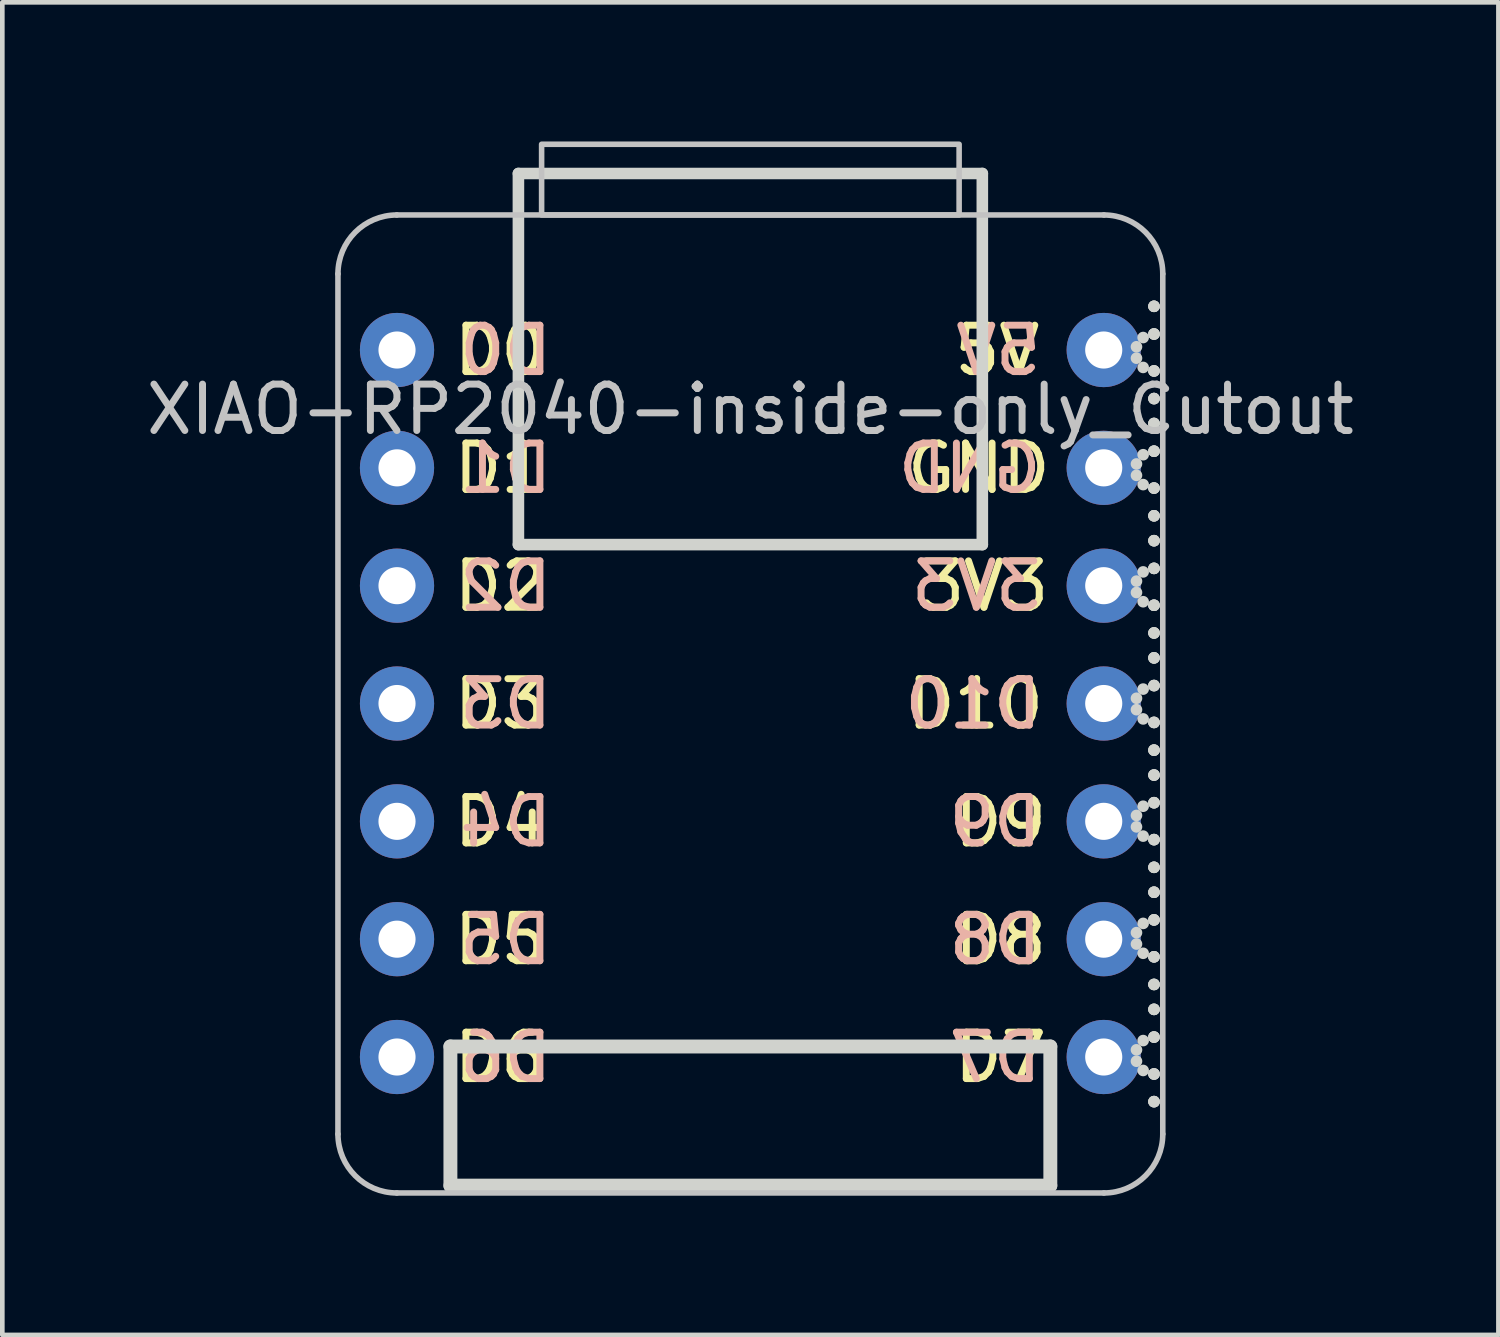
<source format=kicad_pcb>
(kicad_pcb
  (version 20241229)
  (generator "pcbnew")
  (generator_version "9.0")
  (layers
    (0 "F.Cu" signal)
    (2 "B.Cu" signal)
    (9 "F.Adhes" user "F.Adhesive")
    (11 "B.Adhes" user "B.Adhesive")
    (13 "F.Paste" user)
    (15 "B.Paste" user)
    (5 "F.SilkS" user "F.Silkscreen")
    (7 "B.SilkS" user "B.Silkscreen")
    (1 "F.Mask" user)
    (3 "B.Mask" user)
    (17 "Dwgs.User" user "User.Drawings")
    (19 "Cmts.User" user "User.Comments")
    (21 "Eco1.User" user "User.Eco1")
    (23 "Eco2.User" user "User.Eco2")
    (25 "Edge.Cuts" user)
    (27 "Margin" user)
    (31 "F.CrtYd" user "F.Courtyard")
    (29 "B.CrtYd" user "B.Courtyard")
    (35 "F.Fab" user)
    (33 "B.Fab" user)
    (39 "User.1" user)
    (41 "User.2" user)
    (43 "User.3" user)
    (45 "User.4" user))
  (footprint "XIAO-RP2040-inside-only_Cutout"
    (layer "F.Cu")
    (at 13.125 12.125)
    (property "Reference" "XIAO-RP2040-inside-only_Cutout" (at 0 -6.35 0) (unlocked yes) (layer "Dwgs.User") (effects (font (size 1 1) (thickness 0.15))))
    (attr through_hole)
    (fp_line (start -8.89 9.271) (end -8.89 -9.271) (stroke (width 0.12) (type solid)) (layer "Dwgs.User"))
    (fp_line (start -7.62 -10.541) (end 7.62 -10.541) (stroke (width 0.12) (type solid)) (layer "Dwgs.User"))
    (fp_line (start 7.62 10.541) (end -7.62 10.541) (stroke (width 0.12) (type solid)) (layer "Dwgs.User"))
    (fp_line (start 8.89 -9.271) (end 8.89 9.271) (stroke (width 0.12) (type solid)) (layer "Dwgs.User"))
    (fp_rect (start -4.5 -10.541) (end 4.5 -12.065) (stroke (width 0.12) (type solid)) (fill no) (layer "Dwgs.User"))
    (fp_arc (start -8.89 -9.271) (mid -8.518026 -10.169026) (end -7.62 -10.541) (stroke (width 0.12) (type solid)) (layer "Dwgs.User"))
    (fp_arc (start -7.62 10.541) (mid -8.518026 10.169026) (end -8.89 9.271) (stroke (width 0.12) (type solid)) (layer "Dwgs.User"))
    (fp_arc (start 7.62 -10.541) (mid 8.518026 -10.169026) (end 8.89 -9.271) (stroke (width 0.12) (type solid)) (layer "Dwgs.User"))
    (fp_arc (start 8.89 9.271) (mid 8.518026 10.169026) (end 7.62 10.541) (stroke (width 0.12) (type solid)) (layer "Dwgs.User"))
    (fp_line (start -6.466 7.383) (end 6.466 7.383) (stroke (width 0.3) (type solid)) (layer "Edge.Cuts"))
    (fp_line (start -6.466 10.383) (end -6.466 7.383) (stroke (width 0.3) (type solid)) (layer "Edge.Cuts"))
    (fp_line (start -5 -11.435) (end 5 -11.435) (stroke (width 0.25) (type solid)) (layer "Edge.Cuts"))
    (fp_line (start -5 -3.435) (end -5 -11.435) (stroke (width 0.25) (type solid)) (layer "Edge.Cuts"))
    (fp_line (start 5 -11.435) (end 5 -3.435) (stroke (width 0.25) (type solid)) (layer "Edge.Cuts"))
    (fp_line (start 5 -3.435) (end -5 -3.435) (stroke (width 0.25) (type solid)) (layer "Edge.Cuts"))
    (fp_line (start 6.466 7.383) (end 6.466 10.383) (stroke (width 0.3) (type solid)) (layer "Edge.Cuts"))
    (fp_line (start 6.466 10.383) (end -6.466 10.383) (stroke (width 0.3) (type solid)) (layer "Edge.Cuts"))
    (fp_curve (pts (xy 8.323 -7.7) (xy 8.323 -7.7) (xy 8.323 -7.7) (xy 8.323 -7.7)) (stroke (width 0.25) (type solid)) (layer "Edge.Cuts"))
    (fp_curve (pts (xy 8.323 -7.454) (xy 8.323 -7.454) (xy 8.323 -7.454) (xy 8.323 -7.454)) (stroke (width 0.25) (type solid)) (layer "Edge.Cuts"))
    (fp_curve (pts (xy 8.323 -5.174) (xy 8.323 -5.174) (xy 8.323 -5.174) (xy 8.323 -5.174)) (stroke (width 0.25) (type solid)) (layer "Edge.Cuts"))
    (fp_curve (pts (xy 8.323 -4.928) (xy 8.323 -4.928) (xy 8.323 -4.928) (xy 8.323 -4.928)) (stroke (width 0.25) (type solid)) (layer "Edge.Cuts"))
    (fp_curve (pts (xy 8.323 -2.648) (xy 8.323 -2.648) (xy 8.323 -2.648) (xy 8.323 -2.648)) (stroke (width 0.25) (type solid)) (layer "Edge.Cuts"))
    (fp_curve (pts (xy 8.323 -2.403) (xy 8.323 -2.403) (xy 8.323 -2.403) (xy 8.323 -2.403)) (stroke (width 0.25) (type solid)) (layer "Edge.Cuts"))
    (fp_curve (pts (xy 8.323 -0.123) (xy 8.323 -0.123) (xy 8.323 -0.123) (xy 8.323 -0.123)) (stroke (width 0.25) (type solid)) (layer "Edge.Cuts"))
    (fp_curve (pts (xy 8.323 0.123) (xy 8.323 0.123) (xy 8.323 0.123) (xy 8.323 0.123)) (stroke (width 0.25) (type solid)) (layer "Edge.Cuts"))
    (fp_curve (pts (xy 8.323 2.403) (xy 8.323 2.403) (xy 8.323 2.403) (xy 8.323 2.403)) (stroke (width 0.25) (type solid)) (layer "Edge.Cuts"))
    (fp_curve (pts (xy 8.323 2.649) (xy 8.323 2.649) (xy 8.323 2.649) (xy 8.323 2.649)) (stroke (width 0.25) (type solid)) (layer "Edge.Cuts"))
    (fp_curve (pts (xy 8.323 4.929) (xy 8.323 4.929) (xy 8.323 4.929) (xy 8.323 4.929)) (stroke (width 0.25) (type solid)) (layer "Edge.Cuts"))
    (fp_curve (pts (xy 8.323 5.175) (xy 8.323 5.175) (xy 8.323 5.175) (xy 8.323 5.175)) (stroke (width 0.25) (type solid)) (layer "Edge.Cuts"))
    (fp_curve (pts (xy 8.323 7.455) (xy 8.323 7.455) (xy 8.323 7.455) (xy 8.323 7.455)) (stroke (width 0.25) (type solid)) (layer "Edge.Cuts"))
    (fp_curve (pts (xy 8.323 7.701) (xy 8.323 7.701) (xy 8.323 7.701) (xy 8.323 7.701)) (stroke (width 0.25) (type solid)) (layer "Edge.Cuts"))
    (fp_curve (pts (xy 8.467 -7.899) (xy 8.467 -7.899) (xy 8.467 -7.899) (xy 8.467 -7.899)) (stroke (width 0.25) (type solid)) (layer "Edge.Cuts"))
    (fp_curve (pts (xy 8.467 -7.255) (xy 8.467 -7.255) (xy 8.467 -7.255) (xy 8.467 -7.255)) (stroke (width 0.25) (type solid)) (layer "Edge.Cuts"))
    (fp_curve (pts (xy 8.467 -5.373) (xy 8.467 -5.373) (xy 8.467 -5.373) (xy 8.467 -5.373)) (stroke (width 0.25) (type solid)) (layer "Edge.Cuts"))
    (fp_curve (pts (xy 8.467 -4.729) (xy 8.467 -4.729) (xy 8.467 -4.729) (xy 8.467 -4.729)) (stroke (width 0.25) (type solid)) (layer "Edge.Cuts"))
    (fp_curve (pts (xy 8.467 -2.847) (xy 8.467 -2.847) (xy 8.467 -2.847) (xy 8.467 -2.847)) (stroke (width 0.25) (type solid)) (layer "Edge.Cuts"))
    (fp_curve (pts (xy 8.467 -2.204) (xy 8.467 -2.204) (xy 8.467 -2.204) (xy 8.467 -2.204)) (stroke (width 0.25) (type solid)) (layer "Edge.Cuts"))
    (fp_curve (pts (xy 8.467 -0.321) (xy 8.467 -0.321) (xy 8.467 -0.321) (xy 8.467 -0.321)) (stroke (width 0.25) (type solid)) (layer "Edge.Cuts"))
    (fp_curve (pts (xy 8.467 0.322) (xy 8.467 0.322) (xy 8.467 0.322) (xy 8.467 0.322)) (stroke (width 0.25) (type solid)) (layer "Edge.Cuts"))
    (fp_curve (pts (xy 8.467 2.204) (xy 8.467 2.204) (xy 8.467 2.204) (xy 8.467 2.204)) (stroke (width 0.25) (type solid)) (layer "Edge.Cuts"))
    (fp_curve (pts (xy 8.467 2.848) (xy 8.467 2.848) (xy 8.467 2.848) (xy 8.467 2.848)) (stroke (width 0.25) (type solid)) (layer "Edge.Cuts"))
    (fp_curve (pts (xy 8.467 4.73) (xy 8.467 4.73) (xy 8.467 4.73) (xy 8.467 4.73)) (stroke (width 0.25) (type solid)) (layer "Edge.Cuts"))
    (fp_curve (pts (xy 8.467 5.374) (xy 8.467 5.374) (xy 8.467 5.374) (xy 8.467 5.374)) (stroke (width 0.25) (type solid)) (layer "Edge.Cuts"))
    (fp_curve (pts (xy 8.467 7.256) (xy 8.467 7.256) (xy 8.467 7.256) (xy 8.467 7.256)) (stroke (width 0.25) (type solid)) (layer "Edge.Cuts"))
    (fp_curve (pts (xy 8.467 7.9) (xy 8.467 7.9) (xy 8.467 7.9) (xy 8.467 7.9)) (stroke (width 0.25) (type solid)) (layer "Edge.Cuts"))
    (fp_curve (pts (xy 8.701 -8.572) (xy 8.701 -8.572) (xy 8.701 -8.572) (xy 8.701 -8.572)) (stroke (width 0.25) (type solid)) (layer "Edge.Cuts"))
    (fp_curve (pts (xy 8.701 -8.572) (xy 8.701 -8.572) (xy 8.701 -8.572) (xy 8.701 -8.572)) (stroke (width 0.25) (type solid)) (layer "Edge.Cuts"))
    (fp_curve (pts (xy 8.701 -8.572) (xy 8.701 -8.572) (xy 8.701 -8.572) (xy 8.701 -8.572)) (stroke (width 0.25) (type solid)) (layer "Edge.Cuts"))
    (fp_curve (pts (xy 8.701 -7.975) (xy 8.701 -7.975) (xy 8.701 -7.975) (xy 8.701 -7.975)) (stroke (width 0.25) (type solid)) (layer "Edge.Cuts"))
    (fp_curve (pts (xy 8.701 -7.975) (xy 8.701 -7.975) (xy 8.701 -7.975) (xy 8.701 -7.975)) (stroke (width 0.25) (type solid)) (layer "Edge.Cuts"))
    (fp_curve (pts (xy 8.701 -7.975) (xy 8.701 -7.975) (xy 8.701 -7.975) (xy 8.701 -7.975)) (stroke (width 0.25) (type solid)) (layer "Edge.Cuts"))
    (fp_curve (pts (xy 8.701 -7.179) (xy 8.701 -7.179) (xy 8.701 -7.179) (xy 8.701 -7.179)) (stroke (width 0.25) (type solid)) (layer "Edge.Cuts"))
    (fp_curve (pts (xy 8.701 -7.179) (xy 8.701 -7.179) (xy 8.701 -7.179) (xy 8.701 -7.179)) (stroke (width 0.25) (type solid)) (layer "Edge.Cuts"))
    (fp_curve (pts (xy 8.701 -7.179) (xy 8.701 -7.179) (xy 8.701 -7.179) (xy 8.701 -7.179)) (stroke (width 0.25) (type solid)) (layer "Edge.Cuts"))
    (fp_curve (pts (xy 8.701 -6.583) (xy 8.701 -6.583) (xy 8.701 -6.583) (xy 8.701 -6.583)) (stroke (width 0.25) (type solid)) (layer "Edge.Cuts"))
    (fp_curve (pts (xy 8.701 -6.583) (xy 8.701 -6.583) (xy 8.701 -6.583) (xy 8.701 -6.583)) (stroke (width 0.25) (type solid)) (layer "Edge.Cuts"))
    (fp_curve (pts (xy 8.701 -6.583) (xy 8.701 -6.583) (xy 8.701 -6.583) (xy 8.701 -6.583)) (stroke (width 0.25) (type solid)) (layer "Edge.Cuts"))
    (fp_curve (pts (xy 8.701 -6.046) (xy 8.701 -6.046) (xy 8.701 -6.046) (xy 8.701 -6.046)) (stroke (width 0.25) (type solid)) (layer "Edge.Cuts"))
    (fp_curve (pts (xy 8.701 -6.046) (xy 8.701 -6.046) (xy 8.701 -6.046) (xy 8.701 -6.046)) (stroke (width 0.25) (type solid)) (layer "Edge.Cuts"))
    (fp_curve (pts (xy 8.701 -6.046) (xy 8.701 -6.046) (xy 8.701 -6.046) (xy 8.701 -6.046)) (stroke (width 0.25) (type solid)) (layer "Edge.Cuts"))
    (fp_curve (pts (xy 8.701 -5.449) (xy 8.701 -5.449) (xy 8.701 -5.449) (xy 8.701 -5.449)) (stroke (width 0.25) (type solid)) (layer "Edge.Cuts"))
    (fp_curve (pts (xy 8.701 -5.449) (xy 8.701 -5.449) (xy 8.701 -5.449) (xy 8.701 -5.449)) (stroke (width 0.25) (type solid)) (layer "Edge.Cuts"))
    (fp_curve (pts (xy 8.701 -5.449) (xy 8.701 -5.449) (xy 8.701 -5.449) (xy 8.701 -5.449)) (stroke (width 0.25) (type solid)) (layer "Edge.Cuts"))
    (fp_curve (pts (xy 8.701 -4.654) (xy 8.701 -4.654) (xy 8.701 -4.654) (xy 8.701 -4.654)) (stroke (width 0.25) (type solid)) (layer "Edge.Cuts"))
    (fp_curve (pts (xy 8.701 -4.654) (xy 8.701 -4.654) (xy 8.701 -4.654) (xy 8.701 -4.654)) (stroke (width 0.25) (type solid)) (layer "Edge.Cuts"))
    (fp_curve (pts (xy 8.701 -4.654) (xy 8.701 -4.654) (xy 8.701 -4.654) (xy 8.701 -4.654)) (stroke (width 0.25) (type solid)) (layer "Edge.Cuts"))
    (fp_curve (pts (xy 8.701 -4.057) (xy 8.701 -4.057) (xy 8.701 -4.057) (xy 8.701 -4.057)) (stroke (width 0.25) (type solid)) (layer "Edge.Cuts"))
    (fp_curve (pts (xy 8.701 -4.057) (xy 8.701 -4.057) (xy 8.701 -4.057) (xy 8.701 -4.057)) (stroke (width 0.25) (type solid)) (layer "Edge.Cuts"))
    (fp_curve (pts (xy 8.701 -4.057) (xy 8.701 -4.057) (xy 8.701 -4.057) (xy 8.701 -4.057)) (stroke (width 0.25) (type solid)) (layer "Edge.Cuts"))
    (fp_curve (pts (xy 8.701 -3.52) (xy 8.701 -3.52) (xy 8.701 -3.52) (xy 8.701 -3.52)) (stroke (width 0.25) (type solid)) (layer "Edge.Cuts"))
    (fp_curve (pts (xy 8.701 -3.52) (xy 8.701 -3.52) (xy 8.701 -3.52) (xy 8.701 -3.52)) (stroke (width 0.25) (type solid)) (layer "Edge.Cuts"))
    (fp_curve (pts (xy 8.701 -3.52) (xy 8.701 -3.52) (xy 8.701 -3.52) (xy 8.701 -3.52)) (stroke (width 0.25) (type solid)) (layer "Edge.Cuts"))
    (fp_curve (pts (xy 8.701 -2.923) (xy 8.701 -2.923) (xy 8.701 -2.923) (xy 8.701 -2.923)) (stroke (width 0.25) (type solid)) (layer "Edge.Cuts"))
    (fp_curve (pts (xy 8.701 -2.923) (xy 8.701 -2.923) (xy 8.701 -2.923) (xy 8.701 -2.923)) (stroke (width 0.25) (type solid)) (layer "Edge.Cuts"))
    (fp_curve (pts (xy 8.701 -2.923) (xy 8.701 -2.923) (xy 8.701 -2.923) (xy 8.701 -2.923)) (stroke (width 0.25) (type solid)) (layer "Edge.Cuts"))
    (fp_curve (pts (xy 8.701 -2.128) (xy 8.701 -2.128) (xy 8.701 -2.128) (xy 8.701 -2.128)) (stroke (width 0.25) (type solid)) (layer "Edge.Cuts"))
    (fp_curve (pts (xy 8.701 -2.128) (xy 8.701 -2.128) (xy 8.701 -2.128) (xy 8.701 -2.128)) (stroke (width 0.25) (type solid)) (layer "Edge.Cuts"))
    (fp_curve (pts (xy 8.701 -2.128) (xy 8.701 -2.128) (xy 8.701 -2.128) (xy 8.701 -2.128)) (stroke (width 0.25) (type solid)) (layer "Edge.Cuts"))
    (fp_curve (pts (xy 8.701 -1.531) (xy 8.701 -1.531) (xy 8.701 -1.531) (xy 8.701 -1.531)) (stroke (width 0.25) (type solid)) (layer "Edge.Cuts"))
    (fp_curve (pts (xy 8.701 -1.531) (xy 8.701 -1.531) (xy 8.701 -1.531) (xy 8.701 -1.531)) (stroke (width 0.25) (type solid)) (layer "Edge.Cuts"))
    (fp_curve (pts (xy 8.701 -1.531) (xy 8.701 -1.531) (xy 8.701 -1.531) (xy 8.701 -1.531)) (stroke (width 0.25) (type solid)) (layer "Edge.Cuts"))
    (fp_curve (pts (xy 8.701 -0.994) (xy 8.701 -0.994) (xy 8.701 -0.994) (xy 8.701 -0.994)) (stroke (width 0.25) (type solid)) (layer "Edge.Cuts"))
    (fp_curve (pts (xy 8.701 -0.994) (xy 8.701 -0.994) (xy 8.701 -0.994) (xy 8.701 -0.994)) (stroke (width 0.25) (type solid)) (layer "Edge.Cuts"))
    (fp_curve (pts (xy 8.701 -0.994) (xy 8.701 -0.994) (xy 8.701 -0.994) (xy 8.701 -0.994)) (stroke (width 0.25) (type solid)) (layer "Edge.Cuts"))
    (fp_curve (pts (xy 8.701 -0.397) (xy 8.701 -0.397) (xy 8.701 -0.397) (xy 8.701 -0.397)) (stroke (width 0.25) (type solid)) (layer "Edge.Cuts"))
    (fp_curve (pts (xy 8.701 -0.397) (xy 8.701 -0.397) (xy 8.701 -0.397) (xy 8.701 -0.397)) (stroke (width 0.25) (type solid)) (layer "Edge.Cuts"))
    (fp_curve (pts (xy 8.701 -0.397) (xy 8.701 -0.397) (xy 8.701 -0.397) (xy 8.701 -0.397)) (stroke (width 0.25) (type solid)) (layer "Edge.Cuts"))
    (fp_curve (pts (xy 8.701 0.398) (xy 8.701 0.398) (xy 8.701 0.398) (xy 8.701 0.398)) (stroke (width 0.25) (type solid)) (layer "Edge.Cuts"))
    (fp_curve (pts (xy 8.701 0.398) (xy 8.701 0.398) (xy 8.701 0.398) (xy 8.701 0.398)) (stroke (width 0.25) (type solid)) (layer "Edge.Cuts"))
    (fp_curve (pts (xy 8.701 0.398) (xy 8.701 0.398) (xy 8.701 0.398) (xy 8.701 0.398)) (stroke (width 0.25) (type solid)) (layer "Edge.Cuts"))
    (fp_curve (pts (xy 8.701 0.995) (xy 8.701 0.995) (xy 8.701 0.995) (xy 8.701 0.995)) (stroke (width 0.25) (type solid)) (layer "Edge.Cuts"))
    (fp_curve (pts (xy 8.701 0.995) (xy 8.701 0.995) (xy 8.701 0.995) (xy 8.701 0.995)) (stroke (width 0.25) (type solid)) (layer "Edge.Cuts"))
    (fp_curve (pts (xy 8.701 0.995) (xy 8.701 0.995) (xy 8.701 0.995) (xy 8.701 0.995)) (stroke (width 0.25) (type solid)) (layer "Edge.Cuts"))
    (fp_curve (pts (xy 8.701 1.532) (xy 8.701 1.532) (xy 8.701 1.532) (xy 8.701 1.532)) (stroke (width 0.25) (type solid)) (layer "Edge.Cuts"))
    (fp_curve (pts (xy 8.701 1.532) (xy 8.701 1.532) (xy 8.701 1.532) (xy 8.701 1.532)) (stroke (width 0.25) (type solid)) (layer "Edge.Cuts"))
    (fp_curve (pts (xy 8.701 1.532) (xy 8.701 1.532) (xy 8.701 1.532) (xy 8.701 1.532)) (stroke (width 0.25) (type solid)) (layer "Edge.Cuts"))
    (fp_curve (pts (xy 8.701 2.128) (xy 8.701 2.128) (xy 8.701 2.128) (xy 8.701 2.128)) (stroke (width 0.25) (type solid)) (layer "Edge.Cuts"))
    (fp_curve (pts (xy 8.701 2.128) (xy 8.701 2.128) (xy 8.701 2.128) (xy 8.701 2.128)) (stroke (width 0.25) (type solid)) (layer "Edge.Cuts"))
    (fp_curve (pts (xy 8.701 2.128) (xy 8.701 2.128) (xy 8.701 2.128) (xy 8.701 2.128)) (stroke (width 0.25) (type solid)) (layer "Edge.Cuts"))
    (fp_curve (pts (xy 8.701 2.924) (xy 8.701 2.924) (xy 8.701 2.924) (xy 8.701 2.924)) (stroke (width 0.25) (type solid)) (layer "Edge.Cuts"))
    (fp_curve (pts (xy 8.701 2.924) (xy 8.701 2.924) (xy 8.701 2.924) (xy 8.701 2.924)) (stroke (width 0.25) (type solid)) (layer "Edge.Cuts"))
    (fp_curve (pts (xy 8.701 2.924) (xy 8.701 2.924) (xy 8.701 2.924) (xy 8.701 2.924)) (stroke (width 0.25) (type solid)) (layer "Edge.Cuts"))
    (fp_curve (pts (xy 8.701 3.521) (xy 8.701 3.521) (xy 8.701 3.521) (xy 8.701 3.521)) (stroke (width 0.25) (type solid)) (layer "Edge.Cuts"))
    (fp_curve (pts (xy 8.701 3.521) (xy 8.701 3.521) (xy 8.701 3.521) (xy 8.701 3.521)) (stroke (width 0.25) (type solid)) (layer "Edge.Cuts"))
    (fp_curve (pts (xy 8.701 3.521) (xy 8.701 3.521) (xy 8.701 3.521) (xy 8.701 3.521)) (stroke (width 0.25) (type solid)) (layer "Edge.Cuts"))
    (fp_curve (pts (xy 8.701 4.058) (xy 8.701 4.058) (xy 8.701 4.058) (xy 8.701 4.058)) (stroke (width 0.25) (type solid)) (layer "Edge.Cuts"))
    (fp_curve (pts (xy 8.701 4.058) (xy 8.701 4.058) (xy 8.701 4.058) (xy 8.701 4.058)) (stroke (width 0.25) (type solid)) (layer "Edge.Cuts"))
    (fp_curve (pts (xy 8.701 4.058) (xy 8.701 4.058) (xy 8.701 4.058) (xy 8.701 4.058)) (stroke (width 0.25) (type solid)) (layer "Edge.Cuts"))
    (fp_curve (pts (xy 8.701 4.654) (xy 8.701 4.654) (xy 8.701 4.654) (xy 8.701 4.654)) (stroke (width 0.25) (type solid)) (layer "Edge.Cuts"))
    (fp_curve (pts (xy 8.701 4.654) (xy 8.701 4.654) (xy 8.701 4.654) (xy 8.701 4.654)) (stroke (width 0.25) (type solid)) (layer "Edge.Cuts"))
    (fp_curve (pts (xy 8.701 4.654) (xy 8.701 4.654) (xy 8.701 4.654) (xy 8.701 4.654)) (stroke (width 0.25) (type solid)) (layer "Edge.Cuts"))
    (fp_curve (pts (xy 8.701 5.45) (xy 8.701 5.45) (xy 8.701 5.45) (xy 8.701 5.45)) (stroke (width 0.25) (type solid)) (layer "Edge.Cuts"))
    (fp_curve (pts (xy 8.701 5.45) (xy 8.701 5.45) (xy 8.701 5.45) (xy 8.701 5.45)) (stroke (width 0.25) (type solid)) (layer "Edge.Cuts"))
    (fp_curve (pts (xy 8.701 5.45) (xy 8.701 5.45) (xy 8.701 5.45) (xy 8.701 5.45)) (stroke (width 0.25) (type solid)) (layer "Edge.Cuts"))
    (fp_curve (pts (xy 8.701 6.046) (xy 8.701 6.046) (xy 8.701 6.046) (xy 8.701 6.046)) (stroke (width 0.25) (type solid)) (layer "Edge.Cuts"))
    (fp_curve (pts (xy 8.701 6.046) (xy 8.701 6.046) (xy 8.701 6.046) (xy 8.701 6.046)) (stroke (width 0.25) (type solid)) (layer "Edge.Cuts"))
    (fp_curve (pts (xy 8.701 6.046) (xy 8.701 6.046) (xy 8.701 6.046) (xy 8.701 6.046)) (stroke (width 0.25) (type solid)) (layer "Edge.Cuts"))
    (fp_curve (pts (xy 8.701 6.583) (xy 8.701 6.583) (xy 8.701 6.583) (xy 8.701 6.583)) (stroke (width 0.25) (type solid)) (layer "Edge.Cuts"))
    (fp_curve (pts (xy 8.701 6.583) (xy 8.701 6.583) (xy 8.701 6.583) (xy 8.701 6.583)) (stroke (width 0.25) (type solid)) (layer "Edge.Cuts"))
    (fp_curve (pts (xy 8.701 6.583) (xy 8.701 6.583) (xy 8.701 6.583) (xy 8.701 6.583)) (stroke (width 0.25) (type solid)) (layer "Edge.Cuts"))
    (fp_curve (pts (xy 8.701 7.18) (xy 8.701 7.18) (xy 8.701 7.18) (xy 8.701 7.18)) (stroke (width 0.25) (type solid)) (layer "Edge.Cuts"))
    (fp_curve (pts (xy 8.701 7.18) (xy 8.701 7.18) (xy 8.701 7.18) (xy 8.701 7.18)) (stroke (width 0.25) (type solid)) (layer "Edge.Cuts"))
    (fp_curve (pts (xy 8.701 7.18) (xy 8.701 7.18) (xy 8.701 7.18) (xy 8.701 7.18)) (stroke (width 0.25) (type solid)) (layer "Edge.Cuts"))
    (fp_curve (pts (xy 8.701 7.976) (xy 8.701 7.976) (xy 8.701 7.976) (xy 8.701 7.976)) (stroke (width 0.25) (type solid)) (layer "Edge.Cuts"))
    (fp_curve (pts (xy 8.701 7.976) (xy 8.701 7.976) (xy 8.701 7.976) (xy 8.701 7.976)) (stroke (width 0.25) (type solid)) (layer "Edge.Cuts"))
    (fp_curve (pts (xy 8.701 7.976) (xy 8.701 7.976) (xy 8.701 7.976) (xy 8.701 7.976)) (stroke (width 0.25) (type solid)) (layer "Edge.Cuts"))
    (fp_curve (pts (xy 8.701 8.572) (xy 8.701 8.572) (xy 8.701 8.572) (xy 8.701 8.572)) (stroke (width 0.25) (type solid)) (layer "Edge.Cuts"))
    (fp_curve (pts (xy 8.701 8.572) (xy 8.701 8.572) (xy 8.701 8.572) (xy 8.701 8.572)) (stroke (width 0.25) (type solid)) (layer "Edge.Cuts"))
    (fp_curve (pts (xy 8.701 8.572) (xy 8.701 8.572) (xy 8.701 8.572) (xy 8.701 8.572)) (stroke (width 0.25) (type solid)) (layer "Edge.Cuts"))
    (fp_text user "5V" (at 4.318 -7.62 0) (unlocked yes) (layer "F.SilkS") (effects (font (size 1 1) (thickness 0.15)) (justify left)))
    (fp_text user "D0" (at -4.318 -7.62 0) (unlocked yes) (layer "F.SilkS") (effects (font (size 1 1) (thickness 0.15)) (justify right)))
    (fp_text user "D9" (at 4.318 2.54 0) (unlocked yes) (layer "F.SilkS") (effects (font (size 1 1) (thickness 0.15)) (justify left)))
    (fp_text user "D3" (at -4.318 0 0) (unlocked yes) (layer "F.SilkS") (effects (font (size 1 1) (thickness 0.15)) (justify right)))
    (fp_text user "GND" (at 3.302 -5.08 0) (unlocked yes) (layer "F.SilkS") (effects (font (size 1 1) (thickness 0.15)) (justify left)))
    (fp_text user "D6" (at -4.318 7.62 0) (unlocked yes) (layer "F.SilkS") (effects (font (size 1 1) (thickness 0.15)) (justify right)))
    (fp_text user "D5" (at -4.318 5.08 0) (unlocked yes) (layer "F.SilkS") (effects (font (size 1 1) (thickness 0.15)) (justify right)))
    (fp_text user "D1" (at -4.318 -5.08 0) (unlocked yes) (layer "F.SilkS") (effects (font (size 1 1) (thickness 0.15)) (justify right)))
    (fp_text user "D7" (at 4.318 7.62 0) (unlocked yes) (layer "F.SilkS") (effects (font (size 1 1) (thickness 0.15)) (justify left)))
    (fp_text user "D10" (at 3.302 0 0) (unlocked yes) (layer "F.SilkS") (effects (font (size 1 1) (thickness 0.15)) (justify left)))
    (fp_text user "D4" (at -4.318 2.54 0) (unlocked yes) (layer "F.SilkS") (effects (font (size 1 1) (thickness 0.15)) (justify right)))
    (fp_text user "D2" (at -4.318 -2.54 0) (unlocked yes) (layer "F.SilkS") (effects (font (size 1 1) (thickness 0.15)) (justify right)))
    (fp_text user "3V3" (at 3.556 -2.54 0) (unlocked yes) (layer "F.SilkS") (effects (font (size 1 1) (thickness 0.15)) (justify left)))
    (fp_text user "D8" (at 4.318 5.08 0) (unlocked yes) (layer "F.SilkS") (effects (font (size 1 1) (thickness 0.15)) (justify left)))
    (fp_text user "D3" (at -6.35 0 0) (unlocked yes) (layer "B.SilkS") (effects (font (size 1 1) (thickness 0.15)) (justify right mirror)))
    (fp_text user "D1" (at -6.35 -5.08 0) (unlocked yes) (layer "B.SilkS") (effects (font (size 1 1) (thickness 0.15)) (justify right mirror)))
    (fp_text user "D4" (at -6.35 2.54 0) (unlocked yes) (layer "B.SilkS") (effects (font (size 1 1) (thickness 0.15)) (justify right mirror)))
    (fp_text user "D2" (at -6.35 -2.54 0) (unlocked yes) (layer "B.SilkS") (effects (font (size 1 1) (thickness 0.15)) (justify right mirror)))
    (fp_text user "D8" (at 6.35 5.08 0) (unlocked yes) (layer "B.SilkS") (effects (font (size 1 1) (thickness 0.15)) (justify left mirror)))
    (fp_text user "D6" (at -6.35 7.62 0) (unlocked yes) (layer "B.SilkS") (effects (font (size 1 1) (thickness 0.15)) (justify right mirror)))
    (fp_text user "D9" (at 6.35 2.54 0) (unlocked yes) (layer "B.SilkS") (effects (font (size 1 1) (thickness 0.15)) (justify left mirror)))
    (fp_text user "D0" (at -6.35 -7.62 0) (unlocked yes) (layer "B.SilkS") (effects (font (size 1 1) (thickness 0.15)) (justify right mirror)))
    (fp_text user "D7" (at 6.35 7.62 0) (unlocked yes) (layer "B.SilkS") (effects (font (size 1 1) (thickness 0.15)) (justify left mirror)))
    (fp_text user "3V3" (at 6.35 -2.54 0) (unlocked yes) (layer "B.SilkS") (effects (font (size 1 1) (thickness 0.15)) (justify left mirror)))
    (fp_text user "D5" (at -6.35 5.08 0) (unlocked yes) (layer "B.SilkS") (effects (font (size 1 1) (thickness 0.15)) (justify right mirror)))
    (fp_text user "GND" (at 6.35 -5.08 0) (unlocked yes) (layer "B.SilkS") (effects (font (size 1 1) (thickness 0.15)) (justify left mirror)))
    (fp_text user "5V" (at 6.35 -7.62 0) (unlocked yes) (layer "B.SilkS") (effects (font (size 1 1) (thickness 0.15)) (justify left mirror)))
    (fp_text user "D10" (at 6.35 0 0) (unlocked yes) (layer "B.SilkS") (effects (font (size 1 1) (thickness 0.15)) (justify left mirror)))
    (pad "1" thru_hole circle (at -7.617 -7.63) (size 1.6 1.6) (drill 0.8) (layers "*.Cu" "*.Mask"))
    (pad "2" thru_hole circle (at -7.617 -5.09) (size 1.6 1.6) (drill 0.8) (layers "*.Cu" "*.Mask"))
    (pad "3" thru_hole circle (at -7.617 -2.55) (size 1.6 1.6) (drill 0.8) (layers "*.Cu" "*.Mask"))
    (pad "4" thru_hole circle (at -7.617 -0.01) (size 1.6 1.6) (drill 0.8) (layers "*.Cu" "*.Mask"))
    (pad "5" thru_hole circle (at -7.617 2.53) (size 1.6 1.6) (drill 0.8) (layers "*.Cu" "*.Mask"))
    (pad "6" thru_hole circle (at -7.617 5.07) (size 1.6 1.6) (drill 0.8) (layers "*.Cu" "*.Mask"))
    (pad "7" thru_hole circle (at -7.617 7.61) (size 1.6 1.6) (drill 0.8) (layers "*.Cu" "*.Mask"))
    (pad "8" thru_hole circle (at 7.617 7.61) (size 1.6 1.6) (drill 0.8) (layers "*.Cu" "*.Mask"))
    (pad "9" thru_hole circle (at 7.617 5.07) (size 1.6 1.6) (drill 0.8) (layers "*.Cu" "*.Mask"))
    (pad "10" thru_hole circle (at 7.617 2.53) (size 1.6 1.6) (drill 0.8) (layers "*.Cu" "*.Mask"))
    (pad "11" thru_hole circle (at 7.617 -0.01) (size 1.6 1.6) (drill 0.8) (layers "*.Cu" "*.Mask"))
    (pad "12" thru_hole circle (at 7.617 -2.55) (size 1.6 1.6) (drill 0.8) (layers "*.Cu" "*.Mask"))
    (pad "13" thru_hole circle (at 7.617 -5.09) (size 1.6 1.6) (drill 0.8) (layers "*.Cu" "*.Mask"))
    (pad "14" thru_hole circle (at 7.617 -7.63) (size 1.6 1.6) (drill 0.8) (layers "*.Cu" "*.Mask")))
  (gr_rect
    (start -3 -3)
    (end 29.25 25.726)
    (stroke (width 0.1) (type default))
    (fill no)
    (layer "Edge.Cuts")))
</source>
